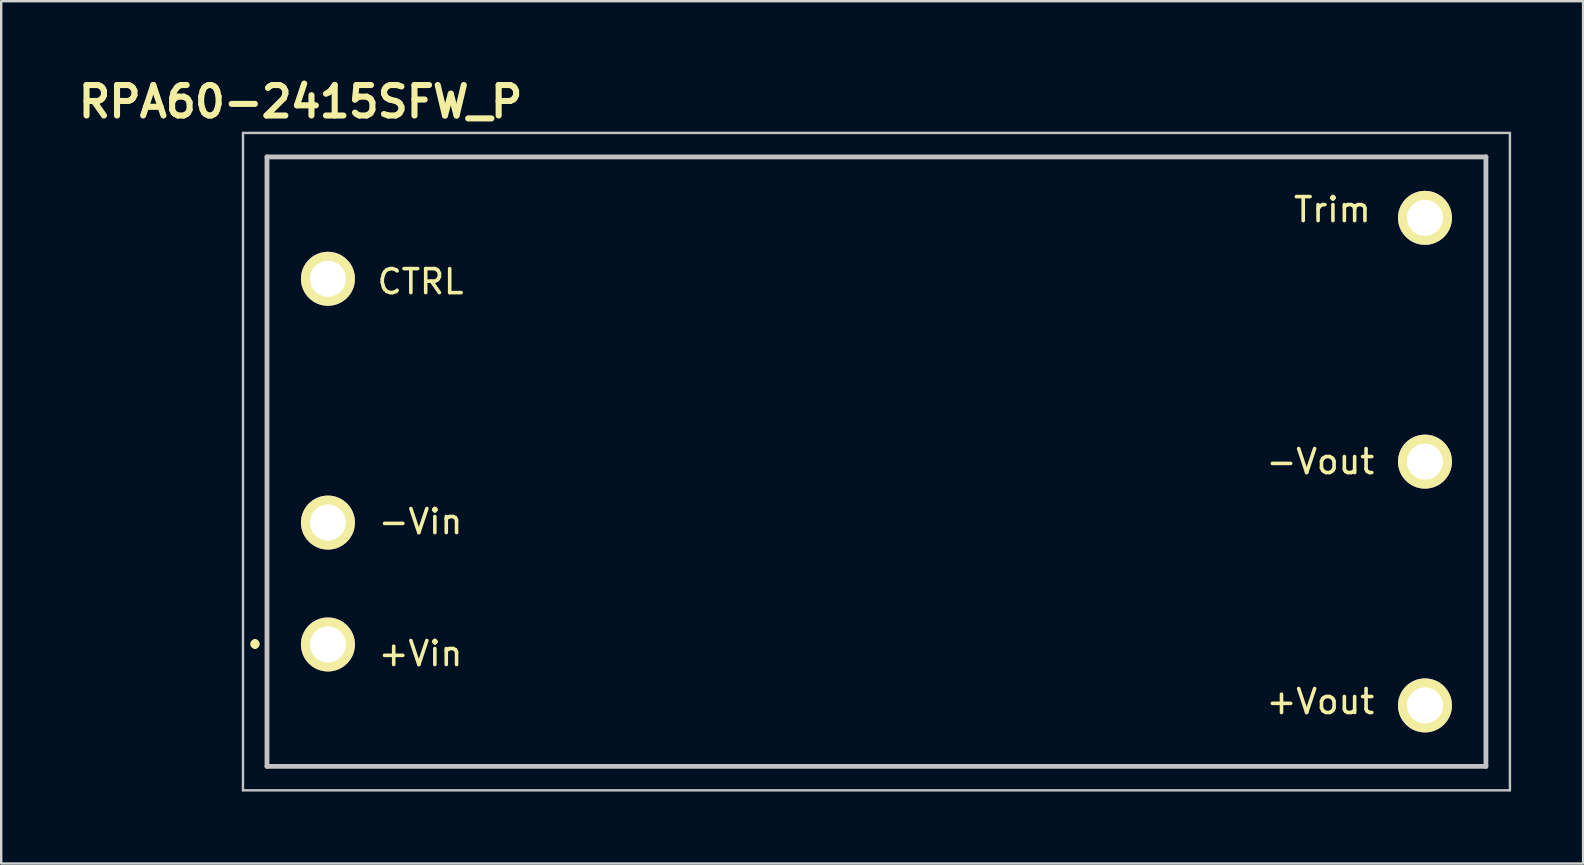
<source format=kicad_pcb>
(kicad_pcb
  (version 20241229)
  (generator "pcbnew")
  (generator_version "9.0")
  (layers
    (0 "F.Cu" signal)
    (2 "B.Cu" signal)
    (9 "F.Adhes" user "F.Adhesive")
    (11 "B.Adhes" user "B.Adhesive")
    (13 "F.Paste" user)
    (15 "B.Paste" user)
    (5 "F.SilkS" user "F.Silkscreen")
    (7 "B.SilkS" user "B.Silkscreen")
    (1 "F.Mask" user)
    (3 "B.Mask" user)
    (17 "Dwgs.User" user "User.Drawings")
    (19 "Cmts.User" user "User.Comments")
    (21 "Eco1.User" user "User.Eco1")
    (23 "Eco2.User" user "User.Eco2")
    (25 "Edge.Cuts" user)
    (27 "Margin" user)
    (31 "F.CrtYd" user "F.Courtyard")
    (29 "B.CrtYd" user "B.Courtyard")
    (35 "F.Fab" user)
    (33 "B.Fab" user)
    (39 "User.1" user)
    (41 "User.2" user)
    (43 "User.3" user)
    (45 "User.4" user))
  (footprint "RPA60-2415SFW_P"
    (layer "F.Cu")
    (at 33.477 16.189)
    (property "Reference" "RPA60-2415SFW_P" (at -24 -15 0) (layer "F.SilkS") (effects (font (size 1.27 1.27) (thickness 0.254))))
    (attr through_hole)
    (fp_line (start -25.9 7.5) (end -25.9 7.5) (stroke (width 0.2) (type solid)) (layer "F.SilkS"))
    (fp_line (start -25.9 7.7) (end -25.9 7.7) (stroke (width 0.2) (type solid)) (layer "F.SilkS"))
    (fp_line (start -25.4 -12.7) (end 25.4 -12.7) (stroke (width 0.1) (type solid)) (layer "F.SilkS"))
    (fp_line (start -25.4 12.7) (end -25.4 -12.7) (stroke (width 0.1) (type solid)) (layer "F.SilkS"))
    (fp_line (start 25.4 -12.7) (end 25.4 12.7) (stroke (width 0.1) (type solid)) (layer "F.SilkS"))
    (fp_line (start 25.4 12.7) (end -25.4 12.7) (stroke (width 0.1) (type solid)) (layer "F.SilkS"))
    (fp_arc (start -25.9 7.5) (mid -25.8 7.6) (end -25.9 7.7) (stroke (width 0.2) (type solid)) (layer "F.SilkS"))
    (fp_arc (start -25.9 7.7) (mid -26 7.6) (end -25.9 7.5) (stroke (width 0.2) (type solid)) (layer "F.SilkS"))
    (fp_line (start -26.4 -13.7) (end 26.4 -13.7) (stroke (width 0.1) (type solid)) (layer "Dwgs.User"))
    (fp_line (start -26.4 13.7) (end -26.4 -13.7) (stroke (width 0.1) (type solid)) (layer "Dwgs.User"))
    (fp_line (start -25.4 -12.7) (end 25.4 -12.7) (stroke (width 0.2) (type solid)) (layer "Dwgs.User"))
    (fp_line (start -25.4 12.7) (end -25.4 -12.7) (stroke (width 0.2) (type solid)) (layer "Dwgs.User"))
    (fp_line (start 25.4 -12.7) (end 25.4 12.7) (stroke (width 0.2) (type solid)) (layer "Dwgs.User"))
    (fp_line (start 25.4 12.7) (end -25.4 12.7) (stroke (width 0.2) (type solid)) (layer "Dwgs.User"))
    (fp_line (start 26.4 -13.7) (end 26.4 13.7) (stroke (width 0.1) (type solid)) (layer "Dwgs.User"))
    (fp_line (start 26.4 13.7) (end -26.4 13.7) (stroke (width 0.1) (type solid)) (layer "Dwgs.User"))
    (fp_text user "Trim" (at 19 -10.5 0) (layer "F.SilkS") (effects (font (size 1 1) (thickness 0.15))))
    (fp_text user "-Vin" (at -19 2.5 0) (layer "F.SilkS") (effects (font (size 1 1) (thickness 0.15))))
    (fp_text user "+Vout" (at 18.5 10 0) (layer "F.SilkS") (effects (font (size 1 1) (thickness 0.15))))
    (fp_text user "-Vout" (at 18.5 0 0) (layer "F.SilkS") (effects (font (size 1 1) (thickness 0.15))))
    (fp_text user "CTRL" (at -19 -7.5 0) (layer "F.SilkS") (effects (font (size 1 1) (thickness 0.15))))
    (fp_text user "+Vin" (at -19 8 0) (layer "F.SilkS") (effects (font (size 1 1) (thickness 0.15))))
    (pad "1" thru_hole circle (at -22.86 7.62 90) (size 2.25 2.25) (drill 1.5) (layers "*.Cu" "*.Mask" "F.SilkS"))
    (pad "2" thru_hole circle (at -22.86 2.54 90) (size 2.25 2.25) (drill 1.5) (layers "*.Cu" "*.Mask" "F.SilkS"))
    (pad "3" thru_hole circle (at -22.86 -7.62 90) (size 2.25 2.25) (drill 1.5) (layers "*.Cu" "*.Mask" "F.SilkS"))
    (pad "4" thru_hole circle (at 22.86 -10.16 90) (size 2.25 2.25) (drill 1.5) (layers "*.Cu" "*.Mask" "F.SilkS"))
    (pad "5" thru_hole circle (at 22.86 0 90) (size 2.25 2.25) (drill 1.5) (layers "*.Cu" "*.Mask" "F.SilkS"))
    (pad "6" thru_hole circle (at 22.86 10.16 90) (size 2.25 2.25) (drill 1.5) (layers "*.Cu" "*.Mask" "F.SilkS")))
  (gr_rect
    (start -3 -3)
    (end 62.927 32.939)
    (stroke (width 0.1) (type default))
    (fill no)
    (layer "Edge.Cuts")))
</source>
